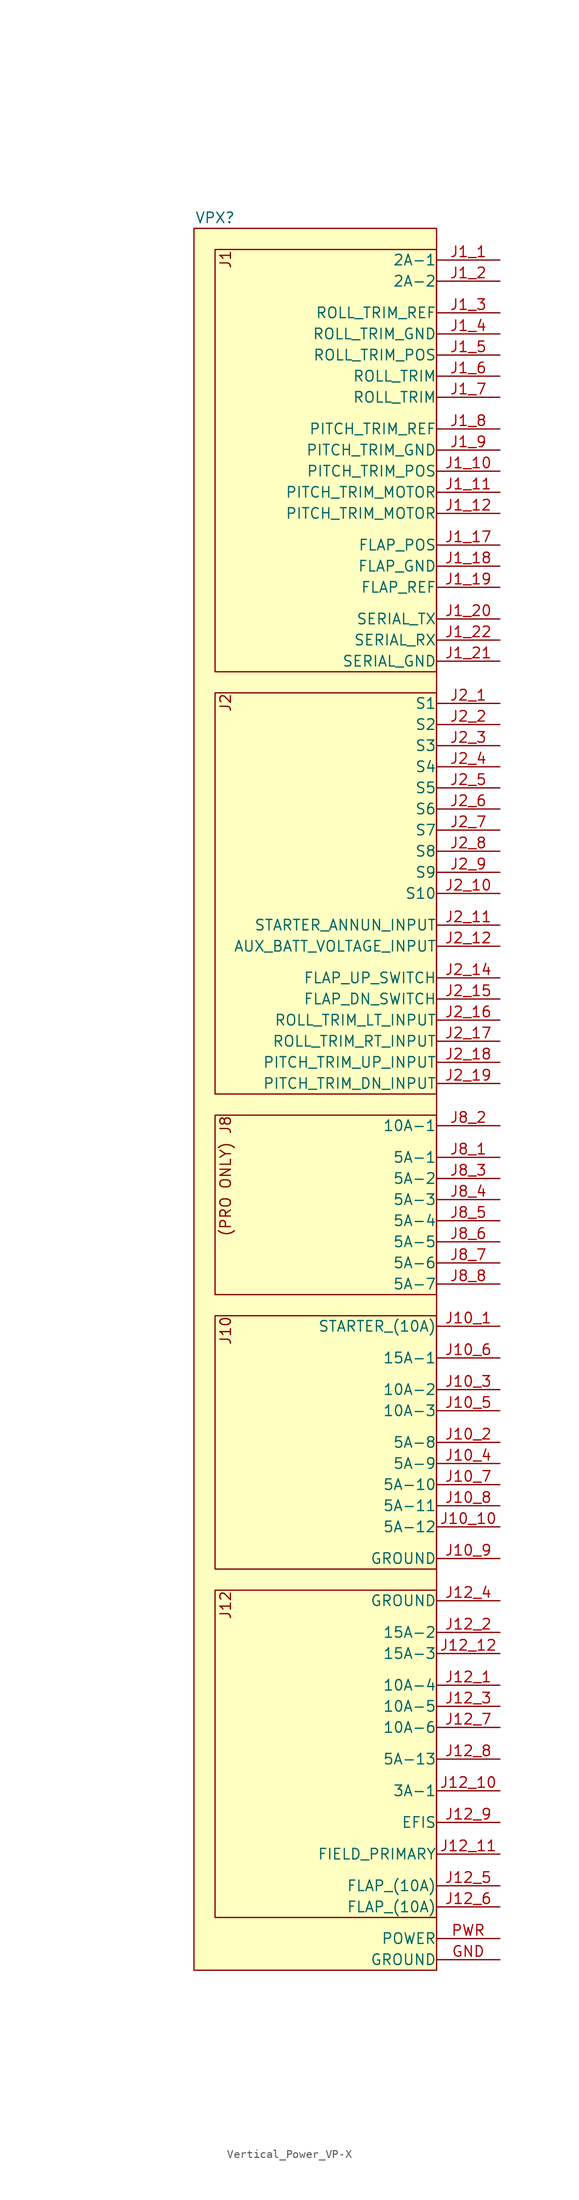
<source format=kicad_sym>
(kicad_symbol_lib
  (version 20220914)
  (generator kicad_symbol_editor)
  (symbol "Vertical_Power_VP-X"
    (pin_names
      (offset 0.002))
    (property "Reference" "VPX"
      (at 2.54 1.27 0)
      (effects (font (size 1.27 1.27))))
    (property "Value" ""
      (at -13.97 0 0)
      (effects (font (size 1.27 1.27))))
    (symbol "Vertical_Power_VP-X_1_1"
      (rectangle (start 0 0) (end 29.21 -209.55) (stroke (width 0) (type default)) (fill (type background)))
      (rectangle (start 2.54 -163.83) (end 29.21 -203.2) (stroke (width 0) (type default)) (fill (type background)))
      (rectangle (start 2.54 -130.81) (end 29.21 -161.29) (stroke (width 0) (type default)) (fill (type background)))
      (rectangle (start 2.54 -106.68) (end 29.21 -128.27) (stroke (width 0) (type default)) (fill (type background)))
      (rectangle (start 2.54 -55.88) (end 29.21 -104.14) (stroke (width 0) (type default)) (fill (type background)))
      (rectangle (start 2.54 -2.54) (end 29.21 -53.34) (stroke (width 0) (type default)) (fill (type background)))
      (text "(PRO ONLY) J8" (at 3.81 -106.68 900) (effects (font (size 1.27 1.27)) (justify right)))
      (text "J1" (at 3.81 -2.54 900) (effects (font (size 1.27 1.27)) (justify right)))
      (text "J10" (at 3.81 -130.81 900) (effects (font (size 1.27 1.27)) (justify right)))
      (text "J12" (at 3.81 -163.83 900) (effects (font (size 1.27 1.27)) (justify right)))
      (text "J2" (at 3.81 -55.88 900) (effects (font (size 1.27 1.27)) (justify right)))
      (pin bidirectional line (at 36.83 -208.28 180) (length 7.62) (name "GROUND" (effects (font (size 1.27 1.27)))) (number "GND" (effects (font (size 1.27 1.27)))))
      (pin power_out line (at 36.83 -132.08 180) (length 7.62) (name "STARTER_(10A)" (effects (font (size 1.27 1.27)))) (number "J10_1" (effects (font (size 1.27 1.27)))))
      (pin power_out line (at 36.83 -156.21 180) (length 7.62) (name "5A-12" (effects (font (size 1.27 1.27)))) (number "J10_10" (effects (font (size 1.27 1.27)))))
      (pin power_out line (at 36.83 -146.05 180) (length 7.62) (name "5A-8" (effects (font (size 1.27 1.27)))) (number "J10_2" (effects (font (size 1.27 1.27)))))
      (pin power_out line (at 36.83 -139.7 180) (length 7.62) (name "10A-2" (effects (font (size 1.27 1.27)))) (number "J10_3" (effects (font (size 1.27 1.27)))))
      (pin power_out line (at 36.83 -148.59 180) (length 7.62) (name "5A-9" (effects (font (size 1.27 1.27)))) (number "J10_4" (effects (font (size 1.27 1.27)))))
      (pin power_out line (at 36.83 -142.24 180) (length 7.62) (name "10A-3" (effects (font (size 1.27 1.27)))) (number "J10_5" (effects (font (size 1.27 1.27)))))
      (pin power_out line (at 36.83 -135.89 180) (length 7.62) (name "15A-1" (effects (font (size 1.27 1.27)))) (number "J10_6" (effects (font (size 1.27 1.27)))))
      (pin power_out line (at 36.83 -151.13 180) (length 7.62) (name "5A-10" (effects (font (size 1.27 1.27)))) (number "J10_7" (effects (font (size 1.27 1.27)))))
      (pin power_out line (at 36.83 -153.67 180) (length 7.62) (name "5A-11" (effects (font (size 1.27 1.27)))) (number "J10_8" (effects (font (size 1.27 1.27)))))
      (pin bidirectional line (at 36.83 -160.02 180) (length 7.62) (name "GROUND" (effects (font (size 1.27 1.27)))) (number "J10_9" (effects (font (size 1.27 1.27)))))
      (pin power_out line (at 36.83 -175.26 180) (length 7.62) (name "10A-4" (effects (font (size 1.27 1.27)))) (number "J12_1" (effects (font (size 1.27 1.27)))))
      (pin power_out line (at 36.83 -187.96 180) (length 7.62) (name "3A-1" (effects (font (size 1.27 1.27)))) (number "J12_10" (effects (font (size 1.27 1.27)))))
      (pin bidirectional line (at 36.83 -195.58 180) (length 7.62) (name "FIELD_PRIMARY" (effects (font (size 1.27 1.27)))) (number "J12_11" (effects (font (size 1.27 1.27)))))
      (pin power_out line (at 36.83 -171.45 180) (length 7.62) (name "15A-3" (effects (font (size 1.27 1.27)))) (number "J12_12" (effects (font (size 1.27 1.27)))))
      (pin power_out line (at 36.83 -168.91 180) (length 7.62) (name "15A-2" (effects (font (size 1.27 1.27)))) (number "J12_2" (effects (font (size 1.27 1.27)))))
      (pin power_out line (at 36.83 -177.8 180) (length 7.62) (name "10A-5" (effects (font (size 1.27 1.27)))) (number "J12_3" (effects (font (size 1.27 1.27)))))
      (pin bidirectional line (at 36.83 -165.1 180) (length 7.62) (name "GROUND" (effects (font (size 1.27 1.27)))) (number "J12_4" (effects (font (size 1.27 1.27)))))
      (pin power_out line (at 36.83 -199.39 180) (length 7.62) (name "FLAP_(10A)" (effects (font (size 1.27 1.27)))) (number "J12_5" (effects (font (size 1.27 1.27)))))
      (pin power_out line (at 36.83 -201.93 180) (length 7.62) (name "FLAP_(10A)" (effects (font (size 1.27 1.27)))) (number "J12_6" (effects (font (size 1.27 1.27)))))
      (pin power_out line (at 36.83 -180.34 180) (length 7.62) (name "10A-6" (effects (font (size 1.27 1.27)))) (number "J12_7" (effects (font (size 1.27 1.27)))))
      (pin power_out line (at 36.83 -184.15 180) (length 7.62) (name "5A-13" (effects (font (size 1.27 1.27)))) (number "J12_8" (effects (font (size 1.27 1.27)))))
      (pin power_out line (at 36.83 -191.77 180) (length 7.62) (name "EFIS" (effects (font (size 1.27 1.27)))) (number "J12_9" (effects (font (size 1.27 1.27)))))
      (pin power_out line (at 36.83 -3.81 180) (length 7.62) (name "2A-1" (effects (font (size 1.27 1.27)))) (number "J1_1" (effects (font (size 1.27 1.27)))))
      (pin output line (at 36.83 -29.21 180) (length 7.62) (name "PITCH_TRIM_POS" (effects (font (size 1.27 1.27)))) (number "J1_10" (effects (font (size 1.27 1.27)))))
      (pin power_out line (at 36.83 -31.75 180) (length 7.62) (name "PITCH_TRIM_MOTOR" (effects (font (size 1.27 1.27)))) (number "J1_11" (effects (font (size 1.27 1.27)))))
      (pin power_out line (at 36.83 -34.29 180) (length 7.62) (name "PITCH_TRIM_MOTOR" (effects (font (size 1.27 1.27)))) (number "J1_12" (effects (font (size 1.27 1.27)))))
      (pin output line (at 36.83 -38.1 180) (length 7.62) (name "FLAP_POS" (effects (font (size 1.27 1.27)))) (number "J1_17" (effects (font (size 1.27 1.27)))))
      (pin bidirectional line (at 36.83 -40.64 180) (length 7.62) (name "FLAP_GND" (effects (font (size 1.27 1.27)))) (number "J1_18" (effects (font (size 1.27 1.27)))))
      (pin input line (at 36.83 -43.18 180) (length 7.62) (name "FLAP_REF" (effects (font (size 1.27 1.27)))) (number "J1_19" (effects (font (size 1.27 1.27)))))
      (pin power_out line (at 36.83 -6.35 180) (length 7.62) (name "2A-2" (effects (font (size 1.27 1.27)))) (number "J1_2" (effects (font (size 1.27 1.27)))))
      (pin output line (at 36.83 -46.99 180) (length 7.62) (name "SERIAL_TX" (effects (font (size 1.27 1.27)))) (number "J1_20" (effects (font (size 1.27 1.27)))))
      (pin bidirectional line (at 36.83 -52.07 180) (length 7.62) (name "SERIAL_GND" (effects (font (size 1.27 1.27)))) (number "J1_21" (effects (font (size 1.27 1.27)))))
      (pin input line (at 36.83 -49.53 180) (length 7.62) (name "SERIAL_RX" (effects (font (size 1.27 1.27)))) (number "J1_22" (effects (font (size 1.27 1.27)))))
      (pin input line (at 36.83 -10.16 180) (length 7.62) (name "ROLL_TRIM_REF" (effects (font (size 1.27 1.27)))) (number "J1_3" (effects (font (size 1.27 1.27)))))
      (pin bidirectional line (at 36.83 -12.7 180) (length 7.62) (name "ROLL_TRIM_GND" (effects (font (size 1.27 1.27)))) (number "J1_4" (effects (font (size 1.27 1.27)))))
      (pin output line (at 36.83 -15.24 180) (length 7.62) (name "ROLL_TRIM_POS" (effects (font (size 1.27 1.27)))) (number "J1_5" (effects (font (size 1.27 1.27)))))
      (pin power_out line (at 36.83 -17.78 180) (length 7.62) (name "ROLL_TRIM" (effects (font (size 1.27 1.27)))) (number "J1_6" (effects (font (size 1.27 1.27)))))
      (pin power_out line (at 36.83 -20.32 180) (length 7.62) (name "ROLL_TRIM" (effects (font (size 1.27 1.27)))) (number "J1_7" (effects (font (size 1.27 1.27)))))
      (pin input line (at 36.83 -24.13 180) (length 7.62) (name "PITCH_TRIM_REF" (effects (font (size 1.27 1.27)))) (number "J1_8" (effects (font (size 1.27 1.27)))))
      (pin bidirectional line (at 36.83 -26.67 180) (length 7.62) (name "PITCH_TRIM_GND" (effects (font (size 1.27 1.27)))) (number "J1_9" (effects (font (size 1.27 1.27)))))
      (pin bidirectional line (at 36.83 -57.15 180) (length 7.62) (name "S1" (effects (font (size 1.27 1.27)))) (number "J2_1" (effects (font (size 1.27 1.27)))))
      (pin bidirectional line (at 36.83 -80.01 180) (length 7.62) (name "S10" (effects (font (size 1.27 1.27)))) (number "J2_10" (effects (font (size 1.27 1.27)))))
      (pin input line (at 36.83 -83.82 180) (length 7.62) (name "STARTER_ANNUN_INPUT" (effects (font (size 1.27 1.27)))) (number "J2_11" (effects (font (size 1.27 1.27)))))
      (pin input line (at 36.83 -86.36 180) (length 7.62) (name "AUX_BATT_VOLTAGE_INPUT" (effects (font (size 1.27 1.27)))) (number "J2_12" (effects (font (size 1.27 1.27)))))
      (pin bidirectional line (at 36.83 -90.17 180) (length 7.62) (name "FLAP_UP_SWITCH" (effects (font (size 1.27 1.27)))) (number "J2_14" (effects (font (size 1.27 1.27)))))
      (pin bidirectional line (at 36.83 -92.71 180) (length 7.62) (name "FLAP_DN_SWITCH" (effects (font (size 1.27 1.27)))) (number "J2_15" (effects (font (size 1.27 1.27)))))
      (pin bidirectional line (at 36.83 -95.25 180) (length 7.62) (name "ROLL_TRIM_LT_INPUT" (effects (font (size 1.27 1.27)))) (number "J2_16" (effects (font (size 1.27 1.27)))))
      (pin bidirectional line (at 36.83 -97.79 180) (length 7.62) (name "ROLL_TRIM_RT_INPUT" (effects (font (size 1.27 1.27)))) (number "J2_17" (effects (font (size 1.27 1.27)))))
      (pin bidirectional line (at 36.83 -100.33 180) (length 7.62) (name "PITCH_TRIM_UP_INPUT" (effects (font (size 1.27 1.27)))) (number "J2_18" (effects (font (size 1.27 1.27)))))
      (pin bidirectional line (at 36.83 -102.87 180) (length 7.62) (name "PITCH_TRIM_DN_INPUT" (effects (font (size 1.27 1.27)))) (number "J2_19" (effects (font (size 1.27 1.27)))))
      (pin bidirectional line (at 36.83 -59.69 180) (length 7.62) (name "S2" (effects (font (size 1.27 1.27)))) (number "J2_2" (effects (font (size 1.27 1.27)))))
      (pin bidirectional line (at 36.83 -62.23 180) (length 7.62) (name "S3" (effects (font (size 1.27 1.27)))) (number "J2_3" (effects (font (size 1.27 1.27)))))
      (pin bidirectional line (at 36.83 -64.77 180) (length 7.62) (name "S4" (effects (font (size 1.27 1.27)))) (number "J2_4" (effects (font (size 1.27 1.27)))))
      (pin bidirectional line (at 36.83 -67.31 180) (length 7.62) (name "S5" (effects (font (size 1.27 1.27)))) (number "J2_5" (effects (font (size 1.27 1.27)))))
      (pin bidirectional line (at 36.83 -69.85 180) (length 7.62) (name "S6" (effects (font (size 1.27 1.27)))) (number "J2_6" (effects (font (size 1.27 1.27)))))
      (pin bidirectional line (at 36.83 -72.39 180) (length 7.62) (name "S7" (effects (font (size 1.27 1.27)))) (number "J2_7" (effects (font (size 1.27 1.27)))))
      (pin bidirectional line (at 36.83 -74.93 180) (length 7.62) (name "S8" (effects (font (size 1.27 1.27)))) (number "J2_8" (effects (font (size 1.27 1.27)))))
      (pin bidirectional line (at 36.83 -77.47 180) (length 7.62) (name "S9" (effects (font (size 1.27 1.27)))) (number "J2_9" (effects (font (size 1.27 1.27)))))
      (pin power_out line (at 36.83 -111.76 180) (length 7.62) (name "5A-1" (effects (font (size 1.27 1.27)))) (number "J8_1" (effects (font (size 1.27 1.27)))))
      (pin power_out line (at 36.83 -107.95 180) (length 7.62) (name "10A-1" (effects (font (size 1.27 1.27)))) (number "J8_2" (effects (font (size 1.27 1.27)))))
      (pin power_out line (at 36.83 -114.3 180) (length 7.62) (name "5A-2" (effects (font (size 1.27 1.27)))) (number "J8_3" (effects (font (size 1.27 1.27)))))
      (pin power_out line (at 36.83 -116.84 180) (length 7.62) (name "5A-3" (effects (font (size 1.27 1.27)))) (number "J8_4" (effects (font (size 1.27 1.27)))))
      (pin power_out line (at 36.83 -119.38 180) (length 7.62) (name "5A-4" (effects (font (size 1.27 1.27)))) (number "J8_5" (effects (font (size 1.27 1.27)))))
      (pin power_out line (at 36.83 -121.92 180) (length 7.62) (name "5A-5" (effects (font (size 1.27 1.27)))) (number "J8_6" (effects (font (size 1.27 1.27)))))
      (pin power_out line (at 36.83 -124.46 180) (length 7.62) (name "5A-6" (effects (font (size 1.27 1.27)))) (number "J8_7" (effects (font (size 1.27 1.27)))))
      (pin power_out line (at 36.83 -127 180) (length 7.62) (name "5A-7" (effects (font (size 1.27 1.27)))) (number "J8_8" (effects (font (size 1.27 1.27)))))
      (pin power_in line (at 36.83 -205.74 180) (length 7.62) (name "POWER" (effects (font (size 1.27 1.27)))) (number "PWR" (effects (font (size 1.27 1.27))))))))
</source>
